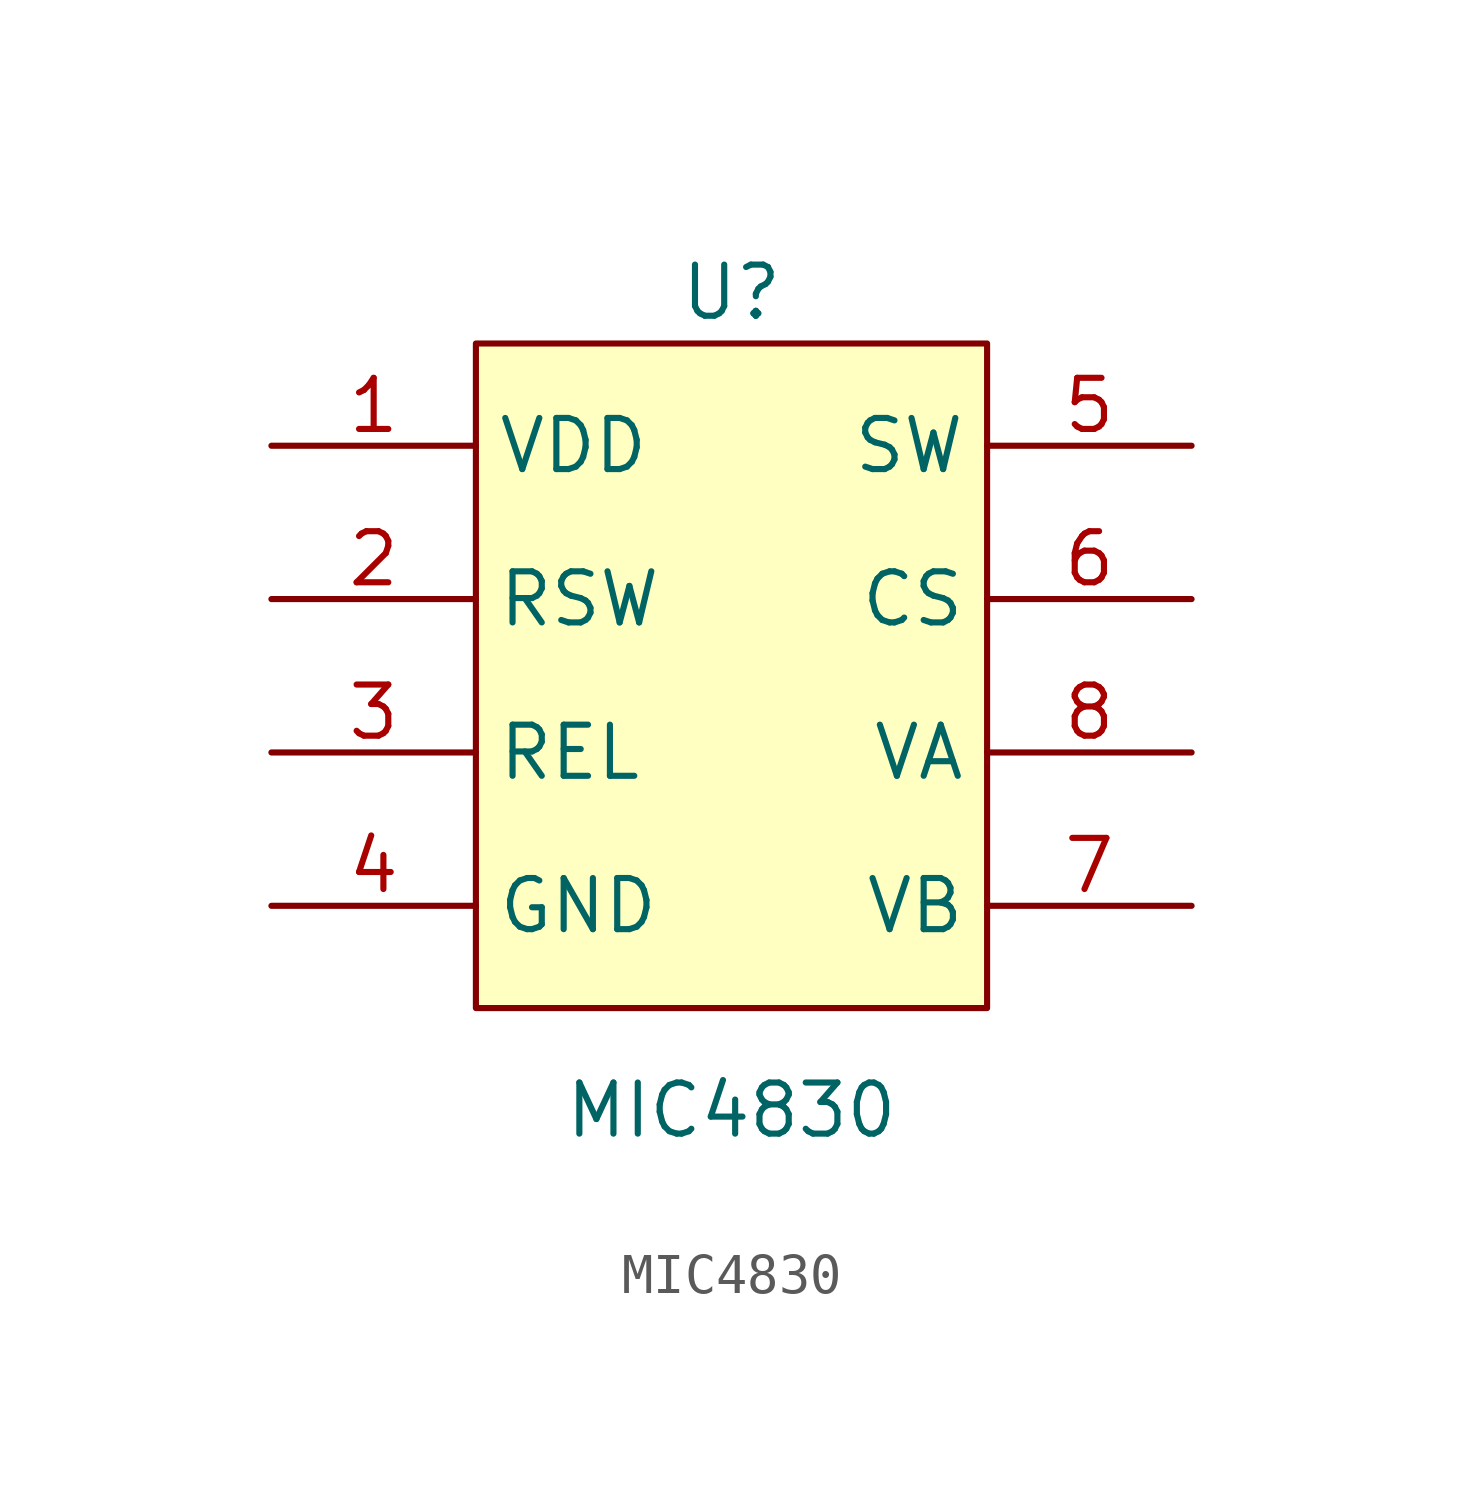
<source format=kicad_sym>
(kicad_symbol_lib
  (version 20211014)
  (generator kicad_symbol_editor)
  (symbol "MIC4830"
    (property "Reference" "U"
      (at 0 8.89 0)
      (effects (font (size 1.27 1.27))))
    (property "Value" "MIC4830"
      (at 0 -11.43 0)
      (effects (font (size 1.27 1.27))))
    (symbol "MIC4830_0_1"
      (rectangle (start -6.35 7.62) (end 6.35 -8.89) (stroke (width 0.152) (type default) (color 0 0 0 0)) (fill (type background))))
    (symbol "MIC4830_1_1"
      (pin power_in line (at -11.43 5.08 0) (length 5.08) (name "VDD" (effects (font (size 1.27 1.27)))) (number "1" (effects (font (size 1.27 1.27)))))
      (pin input line (at -11.43 1.27 0) (length 5.08) (name "RSW" (effects (font (size 1.27 1.27)))) (number "2" (effects (font (size 1.27 1.27)))))
      (pin input line (at -11.43 -2.54 0) (length 5.08) (name "REL" (effects (font (size 1.27 1.27)))) (number "3" (effects (font (size 1.27 1.27)))))
      (pin power_in line (at -11.43 -6.35 0) (length 5.08) (name "GND" (effects (font (size 1.27 1.27)))) (number "4" (effects (font (size 1.27 1.27)))))
      (pin unspecified line (at 11.43 5.08 180) (length 5.08) (name "SW" (effects (font (size 1.27 1.27)))) (number "5" (effects (font (size 1.27 1.27)))))
      (pin power_out line (at 11.43 1.27 180) (length 5.08) (name "CS" (effects (font (size 1.27 1.27)))) (number "6" (effects (font (size 1.27 1.27)))))
      (pin unspecified line (at 11.43 -6.35 180) (length 5.08) (name "VB" (effects (font (size 1.27 1.27)))) (number "7" (effects (font (size 1.27 1.27)))))
      (pin unspecified line (at 11.43 -2.54 180) (length 5.08) (name "VA" (effects (font (size 1.27 1.27)))) (number "8" (effects (font (size 1.27 1.27))))))))
</source>
